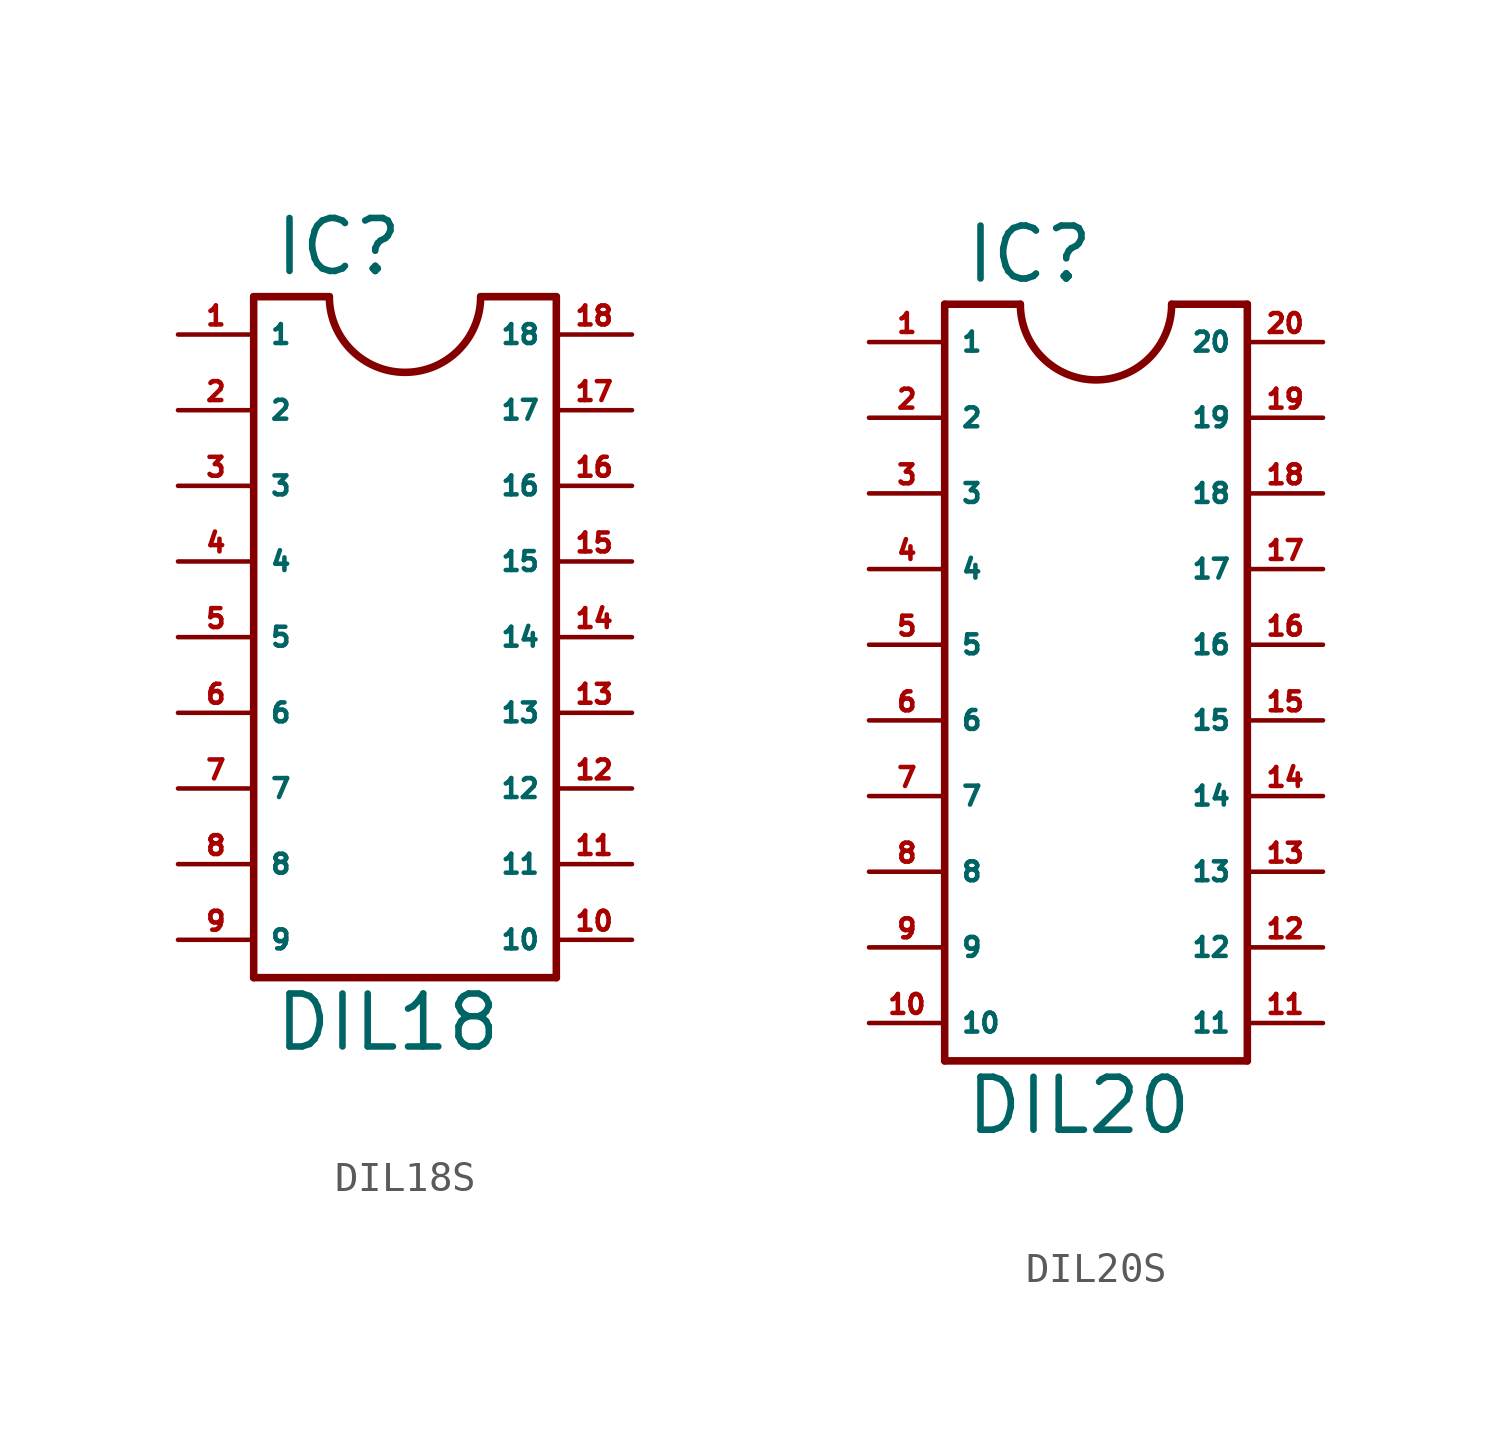
<source format=kicad_sym>
(kicad_symbol_lib
  (version 20220914)
  (generator Eagle2Kicad)
  (symbol "DIL18S"
    (property "Reference" "IC"
      (at -4.445 12.065 0)
      (effects (font (size 1.778 1.778) (thickness 0.22)) (justify left bottom)))
    (property "Value" "DIL18"
      (at -4.445 -13.97 0)
      (effects (font (size 1.778 1.778) (thickness 0.22)) (justify left bottom)))
    (polyline
      (pts (xy -5.08 11.43) (xy -5.08 -11.43))
      (stroke (width 0.254) (type default))
      (fill (type none)))
    (polyline
      (pts (xy -5.08 -11.43) (xy 5.08 -11.43))
      (stroke (width 0.254) (type default))
      (fill (type none)))
    (polyline
      (pts (xy 5.08 -11.43) (xy 5.08 11.43))
      (stroke (width 0.254) (type default))
      (fill (type none)))
    (polyline
      (pts (xy 5.08 11.43) (xy 2.54 11.43))
      (stroke (width 0.254) (type default))
      (fill (type none)))
    (polyline
      (pts (xy -5.08 11.43) (xy -2.54 11.43))
      (stroke (width 0.254) (type default))
      (fill (type none)))
    (arc
      (start -2.54 11.43)
      (mid 0.000 8.890)
      (end 2.54 11.43)
      (stroke (width 0.254) (type default))
      (fill (type none)))
    (pin passive line
      (at -7.62 10.16 0)
      (length 2.54)
      (name "1" (effects (font (size 0.635 0.635) (thickness 0.08)) (justify left bottom)))
      (number "1" (effects (font (size 0.635 0.635) (thickness 0.08)) (justify left bottom))))
    (pin passive line
      (at -7.62 7.62 0)
      (length 2.54)
      (name "2" (effects (font (size 0.635 0.635) (thickness 0.08)) (justify left bottom)))
      (number "2" (effects (font (size 0.635 0.635) (thickness 0.08)) (justify left bottom))))
    (pin passive line
      (at -7.62 5.08 0)
      (length 2.54)
      (name "3" (effects (font (size 0.635 0.635) (thickness 0.08)) (justify left bottom)))
      (number "3" (effects (font (size 0.635 0.635) (thickness 0.08)) (justify left bottom))))
    (pin passive line
      (at -7.62 2.54 0)
      (length 2.54)
      (name "4" (effects (font (size 0.635 0.635) (thickness 0.08)) (justify left bottom)))
      (number "4" (effects (font (size 0.635 0.635) (thickness 0.08)) (justify left bottom))))
    (pin passive line
      (at -7.62 0 0)
      (length 2.54)
      (name "5" (effects (font (size 0.635 0.635) (thickness 0.08)) (justify left bottom)))
      (number "5" (effects (font (size 0.635 0.635) (thickness 0.08)) (justify left bottom))))
    (pin passive line
      (at -7.62 -2.54 0)
      (length 2.54)
      (name "6" (effects (font (size 0.635 0.635) (thickness 0.08)) (justify left bottom)))
      (number "6" (effects (font (size 0.635 0.635) (thickness 0.08)) (justify left bottom))))
    (pin passive line
      (at -7.62 -5.08 0)
      (length 2.54)
      (name "7" (effects (font (size 0.635 0.635) (thickness 0.08)) (justify left bottom)))
      (number "7" (effects (font (size 0.635 0.635) (thickness 0.08)) (justify left bottom))))
    (pin passive line
      (at -7.62 -7.62 0)
      (length 2.54)
      (name "8" (effects (font (size 0.635 0.635) (thickness 0.08)) (justify left bottom)))
      (number "8" (effects (font (size 0.635 0.635) (thickness 0.08)) (justify left bottom))))
    (pin passive line
      (at -7.62 -10.16 0)
      (length 2.54)
      (name "9" (effects (font (size 0.635 0.635) (thickness 0.08)) (justify left bottom)))
      (number "9" (effects (font (size 0.635 0.635) (thickness 0.08)) (justify left bottom))))
    (pin passive line
      (at 7.62 -10.16 180)
      (length 2.54)
      (name "10" (effects (font (size 0.635 0.635) (thickness 0.08)) (justify left bottom)))
      (number "10" (effects (font (size 0.635 0.635) (thickness 0.08)) (justify left bottom))))
    (pin passive line
      (at 7.62 -7.62 180)
      (length 2.54)
      (name "11" (effects (font (size 0.635 0.635) (thickness 0.08)) (justify left bottom)))
      (number "11" (effects (font (size 0.635 0.635) (thickness 0.08)) (justify left bottom))))
    (pin passive line
      (at 7.62 -5.08 180)
      (length 2.54)
      (name "12" (effects (font (size 0.635 0.635) (thickness 0.08)) (justify left bottom)))
      (number "12" (effects (font (size 0.635 0.635) (thickness 0.08)) (justify left bottom))))
    (pin passive line
      (at 7.62 -2.54 180)
      (length 2.54)
      (name "13" (effects (font (size 0.635 0.635) (thickness 0.08)) (justify left bottom)))
      (number "13" (effects (font (size 0.635 0.635) (thickness 0.08)) (justify left bottom))))
    (pin passive line
      (at 7.62 0 180)
      (length 2.54)
      (name "14" (effects (font (size 0.635 0.635) (thickness 0.08)) (justify left bottom)))
      (number "14" (effects (font (size 0.635 0.635) (thickness 0.08)) (justify left bottom))))
    (pin passive line
      (at 7.62 2.54 180)
      (length 2.54)
      (name "15" (effects (font (size 0.635 0.635) (thickness 0.08)) (justify left bottom)))
      (number "15" (effects (font (size 0.635 0.635) (thickness 0.08)) (justify left bottom))))
    (pin passive line
      (at 7.62 5.08 180)
      (length 2.54)
      (name "16" (effects (font (size 0.635 0.635) (thickness 0.08)) (justify left bottom)))
      (number "16" (effects (font (size 0.635 0.635) (thickness 0.08)) (justify left bottom))))
    (pin passive line
      (at 7.62 7.62 180)
      (length 2.54)
      (name "17" (effects (font (size 0.635 0.635) (thickness 0.08)) (justify left bottom)))
      (number "17" (effects (font (size 0.635 0.635) (thickness 0.08)) (justify left bottom))))
    (pin passive line
      (at 7.62 10.16 180)
      (length 2.54)
      (name "18" (effects (font (size 0.635 0.635) (thickness 0.08)) (justify left bottom)))
      (number "18" (effects (font (size 0.635 0.635) (thickness 0.08)) (justify left bottom)))))
  (symbol "DIL20S"
    (property "Reference" "IC"
      (at -4.445 12.065 0)
      (effects (font (size 1.778 1.778) (thickness 0.22)) (justify left bottom)))
    (property "Value" "DIL20"
      (at -4.445 -16.51 0)
      (effects (font (size 1.778 1.778) (thickness 0.22)) (justify left bottom)))
    (polyline
      (pts (xy -5.08 11.43) (xy -5.08 -13.97))
      (stroke (width 0.254) (type default))
      (fill (type none)))
    (polyline
      (pts (xy -5.08 -13.97) (xy 5.08 -13.97))
      (stroke (width 0.254) (type default))
      (fill (type none)))
    (polyline
      (pts (xy 5.08 -13.97) (xy 5.08 11.43))
      (stroke (width 0.254) (type default))
      (fill (type none)))
    (polyline
      (pts (xy 5.08 11.43) (xy 2.54 11.43))
      (stroke (width 0.254) (type default))
      (fill (type none)))
    (polyline
      (pts (xy -5.08 11.43) (xy -2.54 11.43))
      (stroke (width 0.254) (type default))
      (fill (type none)))
    (arc
      (start -2.54 11.43)
      (mid 0.000 8.890)
      (end 2.54 11.43)
      (stroke (width 0.254) (type default))
      (fill (type none)))
    (pin passive line
      (at -7.62 10.16 0)
      (length 2.54)
      (name "1" (effects (font (size 0.635 0.635) (thickness 0.08)) (justify left bottom)))
      (number "1" (effects (font (size 0.635 0.635) (thickness 0.08)) (justify left bottom))))
    (pin passive line
      (at -7.62 7.62 0)
      (length 2.54)
      (name "2" (effects (font (size 0.635 0.635) (thickness 0.08)) (justify left bottom)))
      (number "2" (effects (font (size 0.635 0.635) (thickness 0.08)) (justify left bottom))))
    (pin passive line
      (at -7.62 5.08 0)
      (length 2.54)
      (name "3" (effects (font (size 0.635 0.635) (thickness 0.08)) (justify left bottom)))
      (number "3" (effects (font (size 0.635 0.635) (thickness 0.08)) (justify left bottom))))
    (pin passive line
      (at -7.62 2.54 0)
      (length 2.54)
      (name "4" (effects (font (size 0.635 0.635) (thickness 0.08)) (justify left bottom)))
      (number "4" (effects (font (size 0.635 0.635) (thickness 0.08)) (justify left bottom))))
    (pin passive line
      (at -7.62 0 0)
      (length 2.54)
      (name "5" (effects (font (size 0.635 0.635) (thickness 0.08)) (justify left bottom)))
      (number "5" (effects (font (size 0.635 0.635) (thickness 0.08)) (justify left bottom))))
    (pin passive line
      (at -7.62 -2.54 0)
      (length 2.54)
      (name "6" (effects (font (size 0.635 0.635) (thickness 0.08)) (justify left bottom)))
      (number "6" (effects (font (size 0.635 0.635) (thickness 0.08)) (justify left bottom))))
    (pin passive line
      (at -7.62 -5.08 0)
      (length 2.54)
      (name "7" (effects (font (size 0.635 0.635) (thickness 0.08)) (justify left bottom)))
      (number "7" (effects (font (size 0.635 0.635) (thickness 0.08)) (justify left bottom))))
    (pin passive line
      (at -7.62 -7.62 0)
      (length 2.54)
      (name "8" (effects (font (size 0.635 0.635) (thickness 0.08)) (justify left bottom)))
      (number "8" (effects (font (size 0.635 0.635) (thickness 0.08)) (justify left bottom))))
    (pin passive line
      (at -7.62 -10.16 0)
      (length 2.54)
      (name "9" (effects (font (size 0.635 0.635) (thickness 0.08)) (justify left bottom)))
      (number "9" (effects (font (size 0.635 0.635) (thickness 0.08)) (justify left bottom))))
    (pin passive line
      (at -7.62 -12.7 0)
      (length 2.54)
      (name "10" (effects (font (size 0.635 0.635) (thickness 0.08)) (justify left bottom)))
      (number "10" (effects (font (size 0.635 0.635) (thickness 0.08)) (justify left bottom))))
    (pin passive line
      (at 7.62 -12.7 180)
      (length 2.54)
      (name "11" (effects (font (size 0.635 0.635) (thickness 0.08)) (justify left bottom)))
      (number "11" (effects (font (size 0.635 0.635) (thickness 0.08)) (justify left bottom))))
    (pin passive line
      (at 7.62 -10.16 180)
      (length 2.54)
      (name "12" (effects (font (size 0.635 0.635) (thickness 0.08)) (justify left bottom)))
      (number "12" (effects (font (size 0.635 0.635) (thickness 0.08)) (justify left bottom))))
    (pin passive line
      (at 7.62 -7.62 180)
      (length 2.54)
      (name "13" (effects (font (size 0.635 0.635) (thickness 0.08)) (justify left bottom)))
      (number "13" (effects (font (size 0.635 0.635) (thickness 0.08)) (justify left bottom))))
    (pin passive line
      (at 7.62 -5.08 180)
      (length 2.54)
      (name "14" (effects (font (size 0.635 0.635) (thickness 0.08)) (justify left bottom)))
      (number "14" (effects (font (size 0.635 0.635) (thickness 0.08)) (justify left bottom))))
    (pin passive line
      (at 7.62 -2.54 180)
      (length 2.54)
      (name "15" (effects (font (size 0.635 0.635) (thickness 0.08)) (justify left bottom)))
      (number "15" (effects (font (size 0.635 0.635) (thickness 0.08)) (justify left bottom))))
    (pin passive line
      (at 7.62 0 180)
      (length 2.54)
      (name "16" (effects (font (size 0.635 0.635) (thickness 0.08)) (justify left bottom)))
      (number "16" (effects (font (size 0.635 0.635) (thickness 0.08)) (justify left bottom))))
    (pin passive line
      (at 7.62 2.54 180)
      (length 2.54)
      (name "17" (effects (font (size 0.635 0.635) (thickness 0.08)) (justify left bottom)))
      (number "17" (effects (font (size 0.635 0.635) (thickness 0.08)) (justify left bottom))))
    (pin passive line
      (at 7.62 5.08 180)
      (length 2.54)
      (name "18" (effects (font (size 0.635 0.635) (thickness 0.08)) (justify left bottom)))
      (number "18" (effects (font (size 0.635 0.635) (thickness 0.08)) (justify left bottom))))
    (pin passive line
      (at 7.62 7.62 180)
      (length 2.54)
      (name "19" (effects (font (size 0.635 0.635) (thickness 0.08)) (justify left bottom)))
      (number "19" (effects (font (size 0.635 0.635) (thickness 0.08)) (justify left bottom))))
    (pin passive line
      (at 7.62 10.16 180)
      (length 2.54)
      (name "20" (effects (font (size 0.635 0.635) (thickness 0.08)) (justify left bottom)))
      (number "20" (effects (font (size 0.635 0.635) (thickness 0.08)) (justify left bottom))))))
</source>
